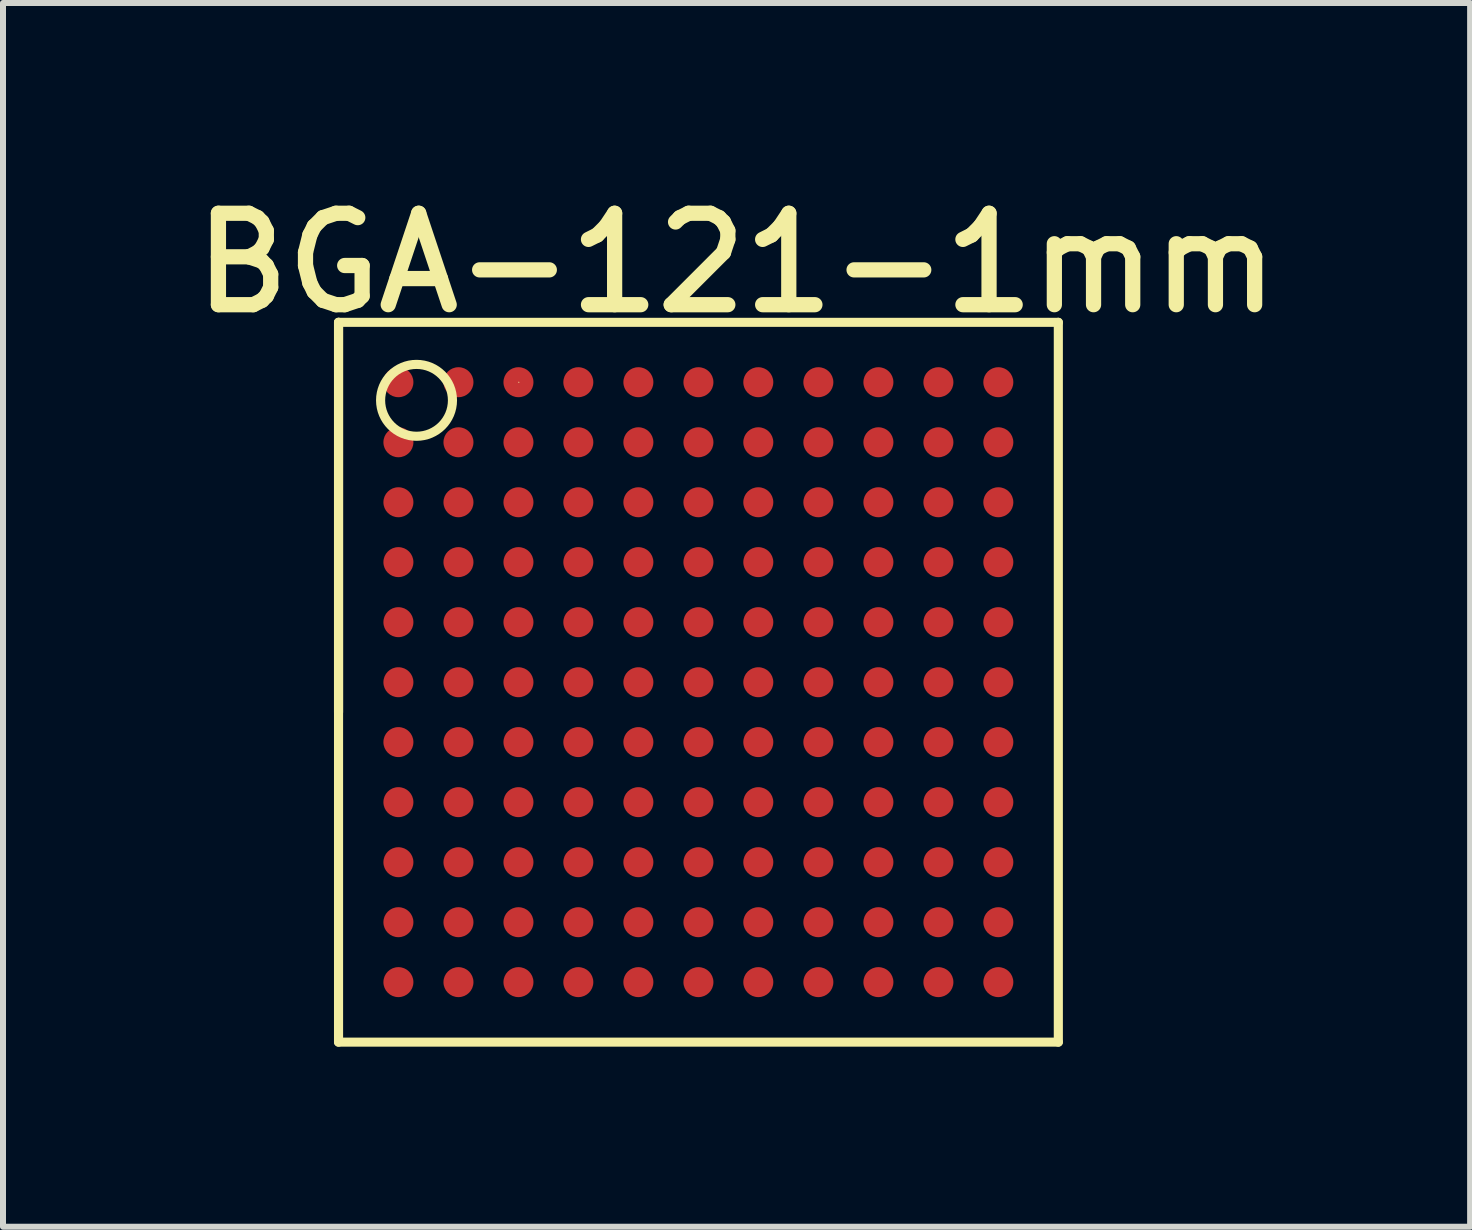
<source format=kicad_pcb>
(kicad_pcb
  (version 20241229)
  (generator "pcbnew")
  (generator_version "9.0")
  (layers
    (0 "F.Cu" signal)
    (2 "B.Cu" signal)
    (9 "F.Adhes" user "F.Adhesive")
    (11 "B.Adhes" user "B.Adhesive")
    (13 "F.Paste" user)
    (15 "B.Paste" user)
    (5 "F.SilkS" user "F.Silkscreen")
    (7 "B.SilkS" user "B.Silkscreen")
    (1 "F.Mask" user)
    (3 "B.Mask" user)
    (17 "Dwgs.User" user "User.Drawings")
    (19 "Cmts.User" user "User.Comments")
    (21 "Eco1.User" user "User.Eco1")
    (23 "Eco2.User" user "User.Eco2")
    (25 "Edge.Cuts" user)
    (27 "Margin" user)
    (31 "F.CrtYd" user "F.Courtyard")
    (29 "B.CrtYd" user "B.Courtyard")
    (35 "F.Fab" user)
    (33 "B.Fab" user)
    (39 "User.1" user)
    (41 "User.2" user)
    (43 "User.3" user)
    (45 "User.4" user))
  (footprint "BGA-121-1mm"
    (layer "F.Cu")
    (at 8.592 8.322)
    (property "Reference" "BGA-121-1mm" (at 0.635 -6.985 0) (layer "F.SilkS") (effects (font (size 1.524 1.524) (thickness 0.254))))
    (attr smd)
    (fp_line (start -5.999 -5.999) (end 5.999 -5.999) (stroke (width 0.152) (type solid)) (layer "F.SilkS"))
    (fp_line (start -5.999 0.5) (end -5.999 -5.999) (stroke (width 0.152) (type solid)) (layer "F.SilkS"))
    (fp_line (start -5.999 5.999) (end -5.999 -5.999) (stroke (width 0.152) (type solid)) (layer "F.SilkS"))
    (fp_line (start -3 -5.001) (end -2.99 -5.001) (stroke (width 0.013) (type solid)) (layer "F.SilkS"))
    (fp_line (start 5.999 -5.999) (end 5.999 5.999) (stroke (width 0.152) (type solid)) (layer "F.SilkS"))
    (fp_line (start 5.999 5.999) (end -5.999 5.999) (stroke (width 0.152) (type solid)) (layer "F.SilkS"))
    (fp_circle (center -4.699 -4.699) (end -4.699 -5.298) (stroke (width 0.152) (type solid)) (fill no) (layer "F.SilkS"))
    (pad "A1" smd circle (at -5.001 -5.001) (size 0.5 0.5) (layers "F.Cu" "F.Mask" "F.Paste"))
    (pad "A2" smd circle (at -4 -5.001) (size 0.5 0.5) (layers "F.Cu" "F.Mask" "F.Paste"))
    (pad "A3" smd circle (at -3 -5.001) (size 0.5 0.5) (layers "F.Cu" "F.Mask" "F.Paste"))
    (pad "A4" smd circle (at -2.002 -5.001) (size 0.5 0.5) (layers "F.Cu" "F.Mask" "F.Paste"))
    (pad "A5" smd circle (at -1.001 -5.001) (size 0.5 0.5) (layers "F.Cu" "F.Mask" "F.Paste"))
    (pad "A6" smd circle (at 0 -5.001) (size 0.5 0.5) (layers "F.Cu" "F.Mask" "F.Paste"))
    (pad "A7" smd circle (at 0.998 -5.001) (size 0.5 0.5) (layers "F.Cu" "F.Mask" "F.Paste"))
    (pad "A8" smd circle (at 1.999 -5.001) (size 0.5 0.5) (layers "F.Cu" "F.Mask" "F.Paste"))
    (pad "A9" smd circle (at 3 -5.001) (size 0.5 0.5) (layers "F.Cu" "F.Mask" "F.Paste"))
    (pad "A10" smd circle (at 4 -5.001) (size 0.5 0.5) (layers "F.Cu" "F.Mask" "F.Paste"))
    (pad "A11" smd circle (at 4.999 -5.001) (size 0.5 0.5) (layers "F.Cu" "F.Mask" "F.Paste"))
    (pad "B1" smd circle (at -5.001 -4) (size 0.5 0.5) (layers "F.Cu" "F.Mask" "F.Paste"))
    (pad "B2" smd circle (at -4 -4) (size 0.5 0.5) (layers "F.Cu" "F.Mask" "F.Paste"))
    (pad "B3" smd circle (at -3 -4) (size 0.5 0.5) (layers "F.Cu" "F.Mask" "F.Paste"))
    (pad "B4" smd circle (at -2.002 -4) (size 0.5 0.5) (layers "F.Cu" "F.Mask" "F.Paste"))
    (pad "B5" smd circle (at -1.001 -4) (size 0.5 0.5) (layers "F.Cu" "F.Mask" "F.Paste"))
    (pad "B6" smd circle (at 0 -4) (size 0.5 0.5) (layers "F.Cu" "F.Mask" "F.Paste"))
    (pad "B7" smd circle (at 0.998 -4) (size 0.5 0.5) (layers "F.Cu" "F.Mask" "F.Paste"))
    (pad "B8" smd circle (at 1.999 -4) (size 0.5 0.5) (layers "F.Cu" "F.Mask" "F.Paste"))
    (pad "B9" smd circle (at 3 -4) (size 0.5 0.5) (layers "F.Cu" "F.Mask" "F.Paste"))
    (pad "B10" smd circle (at 4 -4) (size 0.5 0.5) (layers "F.Cu" "F.Mask" "F.Paste"))
    (pad "B11" smd circle (at 4.999 -4) (size 0.5 0.5) (layers "F.Cu" "F.Mask" "F.Paste"))
    (pad "C1" smd circle (at -5.001 -3) (size 0.5 0.5) (layers "F.Cu" "F.Mask" "F.Paste"))
    (pad "C2" smd circle (at -4 -3) (size 0.5 0.5) (layers "F.Cu" "F.Mask" "F.Paste"))
    (pad "C3" smd circle (at -3 -3) (size 0.5 0.5) (layers "F.Cu" "F.Mask" "F.Paste"))
    (pad "C4" smd circle (at -2.002 -3) (size 0.5 0.5) (layers "F.Cu" "F.Mask" "F.Paste"))
    (pad "C5" smd circle (at -1.001 -3) (size 0.5 0.5) (layers "F.Cu" "F.Mask" "F.Paste"))
    (pad "C6" smd circle (at 0 -3) (size 0.5 0.5) (layers "F.Cu" "F.Mask" "F.Paste"))
    (pad "C7" smd circle (at 0.998 -3) (size 0.5 0.5) (layers "F.Cu" "F.Mask" "F.Paste"))
    (pad "C8" smd circle (at 1.999 -3) (size 0.5 0.5) (layers "F.Cu" "F.Mask" "F.Paste"))
    (pad "C9" smd circle (at 3 -3) (size 0.5 0.5) (layers "F.Cu" "F.Mask" "F.Paste"))
    (pad "C10" smd circle (at 4 -3) (size 0.5 0.5) (layers "F.Cu" "F.Mask" "F.Paste"))
    (pad "C11" smd circle (at 4.999 -3) (size 0.5 0.5) (layers "F.Cu" "F.Mask" "F.Paste"))
    (pad "D1" smd circle (at -5.001 -2.002) (size 0.5 0.5) (layers "F.Cu" "F.Mask" "F.Paste"))
    (pad "D2" smd circle (at -4 -2.002) (size 0.5 0.5) (layers "F.Cu" "F.Mask" "F.Paste"))
    (pad "D3" smd circle (at -3 -2.002) (size 0.5 0.5) (layers "F.Cu" "F.Mask" "F.Paste"))
    (pad "D4" smd circle (at -2.002 -2.002) (size 0.5 0.5) (layers "F.Cu" "F.Mask" "F.Paste"))
    (pad "D5" smd circle (at -1.001 -2.002) (size 0.5 0.5) (layers "F.Cu" "F.Mask" "F.Paste"))
    (pad "D6" smd circle (at 0 -2.002) (size 0.5 0.5) (layers "F.Cu" "F.Mask" "F.Paste"))
    (pad "D7" smd circle (at 0.998 -2.002) (size 0.5 0.5) (layers "F.Cu" "F.Mask" "F.Paste"))
    (pad "D8" smd circle (at 1.999 -2.002) (size 0.5 0.5) (layers "F.Cu" "F.Mask" "F.Paste"))
    (pad "D9" smd circle (at 3 -2.002) (size 0.5 0.5) (layers "F.Cu" "F.Mask" "F.Paste"))
    (pad "D10" smd circle (at 4 -2.002) (size 0.5 0.5) (layers "F.Cu" "F.Mask" "F.Paste"))
    (pad "D11" smd circle (at 4.999 -2.002) (size 0.5 0.5) (layers "F.Cu" "F.Mask" "F.Paste"))
    (pad "E1" smd circle (at -5.001 -1.001) (size 0.5 0.5) (layers "F.Cu" "F.Mask" "F.Paste"))
    (pad "E2" smd circle (at -4 -1.001) (size 0.5 0.5) (layers "F.Cu" "F.Mask" "F.Paste"))
    (pad "E3" smd circle (at -3 -1.001) (size 0.5 0.5) (layers "F.Cu" "F.Mask" "F.Paste"))
    (pad "E4" smd circle (at -2.002 -1.001) (size 0.5 0.5) (layers "F.Cu" "F.Mask" "F.Paste"))
    (pad "E5" smd circle (at -1.001 -1.001) (size 0.5 0.5) (layers "F.Cu" "F.Mask" "F.Paste"))
    (pad "E6" smd circle (at 0 -1.001) (size 0.5 0.5) (layers "F.Cu" "F.Mask" "F.Paste"))
    (pad "E7" smd circle (at 0.998 -1.001) (size 0.5 0.5) (layers "F.Cu" "F.Mask" "F.Paste"))
    (pad "E8" smd circle (at 1.999 -1.001) (size 0.5 0.5) (layers "F.Cu" "F.Mask" "F.Paste"))
    (pad "E9" smd circle (at 3 -1.001) (size 0.5 0.5) (layers "F.Cu" "F.Mask" "F.Paste"))
    (pad "E10" smd circle (at 4 -1.001) (size 0.5 0.5) (layers "F.Cu" "F.Mask" "F.Paste"))
    (pad "E11" smd circle (at 4.999 -1.001) (size 0.5 0.5) (layers "F.Cu" "F.Mask" "F.Paste"))
    (pad "F1" smd circle (at -5.001 0) (size 0.5 0.5) (layers "F.Cu" "F.Mask" "F.Paste"))
    (pad "F2" smd circle (at -4 0) (size 0.5 0.5) (layers "F.Cu" "F.Mask" "F.Paste"))
    (pad "F3" smd circle (at -3 0) (size 0.5 0.5) (layers "F.Cu" "F.Mask" "F.Paste"))
    (pad "F4" smd circle (at -2.002 0) (size 0.5 0.5) (layers "F.Cu" "F.Mask" "F.Paste"))
    (pad "F5" smd circle (at -1.001 0) (size 0.5 0.5) (layers "F.Cu" "F.Mask" "F.Paste"))
    (pad "F6" smd circle (at 0 0) (size 0.5 0.5) (layers "F.Cu" "F.Mask" "F.Paste"))
    (pad "F7" smd circle (at 0.998 0) (size 0.5 0.5) (layers "F.Cu" "F.Mask" "F.Paste"))
    (pad "F8" smd circle (at 1.999 0) (size 0.5 0.5) (layers "F.Cu" "F.Mask" "F.Paste"))
    (pad "F9" smd circle (at 3 0) (size 0.5 0.5) (layers "F.Cu" "F.Mask" "F.Paste"))
    (pad "F10" smd circle (at 4 0) (size 0.5 0.5) (layers "F.Cu" "F.Mask" "F.Paste"))
    (pad "F11" smd circle (at 4.999 0) (size 0.5 0.5) (layers "F.Cu" "F.Mask" "F.Paste"))
    (pad "G1" smd circle (at -5.001 0.998) (size 0.5 0.5) (layers "F.Cu" "F.Mask" "F.Paste"))
    (pad "G2" smd circle (at -4 0.998) (size 0.5 0.5) (layers "F.Cu" "F.Mask" "F.Paste"))
    (pad "G3" smd circle (at -3 0.998) (size 0.5 0.5) (layers "F.Cu" "F.Mask" "F.Paste"))
    (pad "G4" smd circle (at -2.002 0.998) (size 0.5 0.5) (layers "F.Cu" "F.Mask" "F.Paste"))
    (pad "G5" smd circle (at -1.001 0.998) (size 0.5 0.5) (layers "F.Cu" "F.Mask" "F.Paste"))
    (pad "G6" smd circle (at 0 0.998) (size 0.5 0.5) (layers "F.Cu" "F.Mask" "F.Paste"))
    (pad "G7" smd circle (at 0.998 0.998) (size 0.5 0.5) (layers "F.Cu" "F.Mask" "F.Paste"))
    (pad "G8" smd circle (at 1.999 0.998) (size 0.5 0.5) (layers "F.Cu" "F.Mask" "F.Paste"))
    (pad "G9" smd circle (at 3 0.998) (size 0.5 0.5) (layers "F.Cu" "F.Mask" "F.Paste"))
    (pad "G10" smd circle (at 4 0.998) (size 0.5 0.5) (layers "F.Cu" "F.Mask" "F.Paste"))
    (pad "G11" smd circle (at 4.999 0.998) (size 0.5 0.5) (layers "F.Cu" "F.Mask" "F.Paste"))
    (pad "H1" smd circle (at -5.001 1.999) (size 0.5 0.5) (layers "F.Cu" "F.Mask" "F.Paste"))
    (pad "H2" smd circle (at -4 1.999) (size 0.5 0.5) (layers "F.Cu" "F.Mask" "F.Paste"))
    (pad "H3" smd circle (at -3 1.999) (size 0.5 0.5) (layers "F.Cu" "F.Mask" "F.Paste"))
    (pad "H4" smd circle (at -2.002 1.999) (size 0.5 0.5) (layers "F.Cu" "F.Mask" "F.Paste"))
    (pad "H5" smd circle (at -1.001 1.999) (size 0.5 0.5) (layers "F.Cu" "F.Mask" "F.Paste"))
    (pad "H6" smd circle (at 0 1.999) (size 0.5 0.5) (layers "F.Cu" "F.Mask" "F.Paste"))
    (pad "H7" smd circle (at 0.998 1.999) (size 0.5 0.5) (layers "F.Cu" "F.Mask" "F.Paste"))
    (pad "H8" smd circle (at 1.999 1.999) (size 0.5 0.5) (layers "F.Cu" "F.Mask" "F.Paste"))
    (pad "H9" smd circle (at 3 1.999) (size 0.5 0.5) (layers "F.Cu" "F.Mask" "F.Paste"))
    (pad "H10" smd circle (at 4 1.999) (size 0.5 0.5) (layers "F.Cu" "F.Mask" "F.Paste"))
    (pad "H11" smd circle (at 4.999 1.999) (size 0.5 0.5) (layers "F.Cu" "F.Mask" "F.Paste"))
    (pad "J1" smd circle (at -5.001 3) (size 0.5 0.5) (layers "F.Cu" "F.Mask" "F.Paste"))
    (pad "J2" smd circle (at -4 3) (size 0.5 0.5) (layers "F.Cu" "F.Mask" "F.Paste"))
    (pad "J3" smd circle (at -3 3) (size 0.5 0.5) (layers "F.Cu" "F.Mask" "F.Paste"))
    (pad "J4" smd circle (at -2.002 3) (size 0.5 0.5) (layers "F.Cu" "F.Mask" "F.Paste"))
    (pad "J5" smd circle (at -1.001 3) (size 0.5 0.5) (layers "F.Cu" "F.Mask" "F.Paste"))
    (pad "J6" smd circle (at 0 3) (size 0.5 0.5) (layers "F.Cu" "F.Mask" "F.Paste"))
    (pad "J7" smd circle (at 0.998 3) (size 0.5 0.5) (layers "F.Cu" "F.Mask" "F.Paste"))
    (pad "J8" smd circle (at 1.999 3) (size 0.5 0.5) (layers "F.Cu" "F.Mask" "F.Paste"))
    (pad "J9" smd circle (at 3 3) (size 0.5 0.5) (layers "F.Cu" "F.Mask" "F.Paste"))
    (pad "J10" smd circle (at 4 3) (size 0.5 0.5) (layers "F.Cu" "F.Mask" "F.Paste"))
    (pad "J11" smd circle (at 4.999 3) (size 0.5 0.5) (layers "F.Cu" "F.Mask" "F.Paste"))
    (pad "K1" smd circle (at -5.001 4) (size 0.5 0.5) (layers "F.Cu" "F.Mask" "F.Paste"))
    (pad "K2" smd circle (at -4 4) (size 0.5 0.5) (layers "F.Cu" "F.Mask" "F.Paste"))
    (pad "K3" smd circle (at -3 4) (size 0.5 0.5) (layers "F.Cu" "F.Mask" "F.Paste"))
    (pad "K4" smd circle (at -2.002 4) (size 0.5 0.5) (layers "F.Cu" "F.Mask" "F.Paste"))
    (pad "K5" smd circle (at -1.001 4) (size 0.5 0.5) (layers "F.Cu" "F.Mask" "F.Paste"))
    (pad "K6" smd circle (at 0 4) (size 0.5 0.5) (layers "F.Cu" "F.Mask" "F.Paste"))
    (pad "K7" smd circle (at 0.998 4) (size 0.5 0.5) (layers "F.Cu" "F.Mask" "F.Paste"))
    (pad "K8" smd circle (at 1.999 4) (size 0.5 0.5) (layers "F.Cu" "F.Mask" "F.Paste"))
    (pad "K9" smd circle (at 3 4) (size 0.5 0.5) (layers "F.Cu" "F.Mask" "F.Paste"))
    (pad "K10" smd circle (at 4 4) (size 0.5 0.5) (layers "F.Cu" "F.Mask" "F.Paste"))
    (pad "K11" smd circle (at 4.999 4) (size 0.5 0.5) (layers "F.Cu" "F.Mask" "F.Paste"))
    (pad "L1" smd circle (at -5.001 4.999) (size 0.5 0.5) (layers "F.Cu" "F.Mask" "F.Paste"))
    (pad "L2" smd circle (at -4 4.999) (size 0.5 0.5) (layers "F.Cu" "F.Mask" "F.Paste"))
    (pad "L3" smd circle (at -3 4.999) (size 0.5 0.5) (layers "F.Cu" "F.Mask" "F.Paste"))
    (pad "L4" smd circle (at -2.002 4.999) (size 0.5 0.5) (layers "F.Cu" "F.Mask" "F.Paste"))
    (pad "L5" smd circle (at -1.001 4.999) (size 0.5 0.5) (layers "F.Cu" "F.Mask" "F.Paste"))
    (pad "L6" smd circle (at 0 4.999) (size 0.5 0.5) (layers "F.Cu" "F.Mask" "F.Paste"))
    (pad "L7" smd circle (at 0.998 4.999) (size 0.5 0.5) (layers "F.Cu" "F.Mask" "F.Paste"))
    (pad "L8" smd circle (at 1.999 4.999) (size 0.5 0.5) (layers "F.Cu" "F.Mask" "F.Paste"))
    (pad "L9" smd circle (at 3 4.999) (size 0.5 0.5) (layers "F.Cu" "F.Mask" "F.Paste"))
    (pad "L10" smd circle (at 4 4.999) (size 0.5 0.5) (layers "F.Cu" "F.Mask" "F.Paste"))
    (pad "L11" smd circle (at 4.999 4.999) (size 0.5 0.5) (layers "F.Cu" "F.Mask" "F.Paste")))
  (gr_rect
    (start -3 -3)
    (end 21.455 17.398)
    (stroke (width 0.1) (type default))
    (fill no)
    (layer "Edge.Cuts")))
</source>
